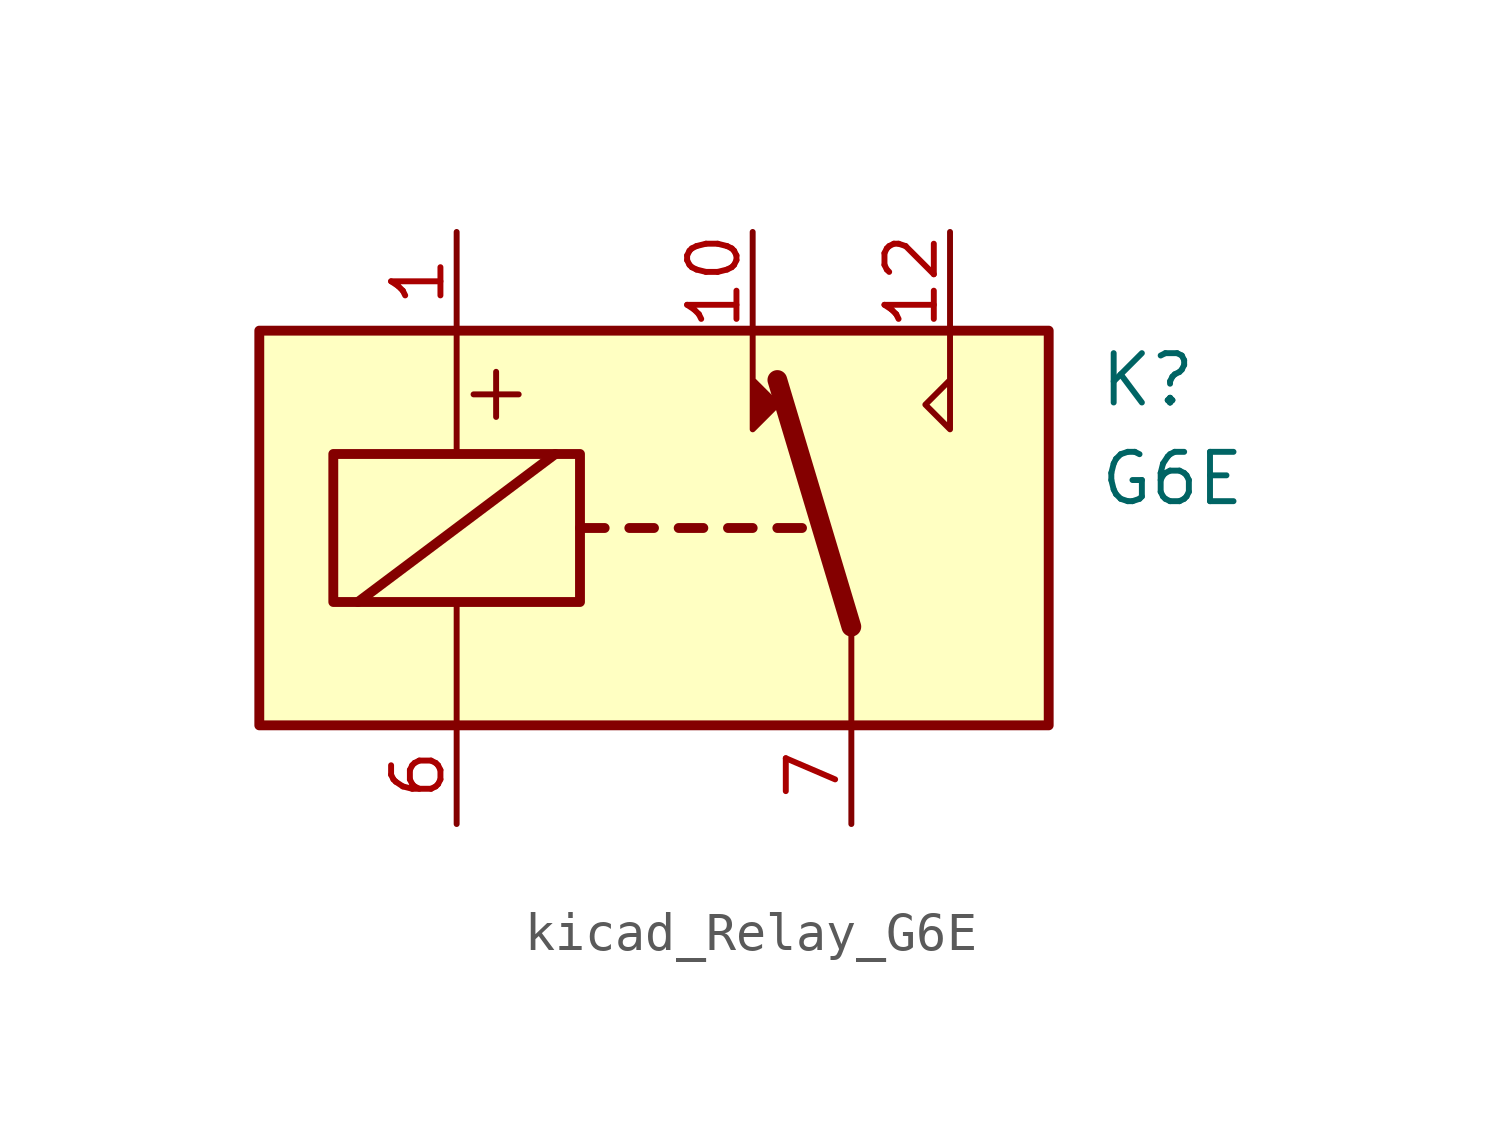
<source format=kicad_sym>
(kicad_symbol_lib
  (version 20220914)
  (generator kicad_symbol_editor)
  (symbol "kicad_Relay_G6E"
    (property "Reference" "K"
      (at 11.43 3.81 0)
      (effects (font (size 1.27 1.27)) (justify left)))
    (property "Value" "G6E"
      (at 11.43 1.27 0)
      (effects (font (size 1.27 1.27)) (justify left)))
    (symbol "kicad_Relay_G6E_0_0"
      (polyline (pts (xy 7.62 5.08) (xy 7.62 2.54) (xy 6.985 3.175) (xy 7.62 3.81)) (stroke (width 0) (type default)) (fill (type none)))
      (text "+" (at -4.064 3.556 0) (effects (font (size 1.524 1.524)))))
    (symbol "kicad_Relay_G6E_0_1"
      (rectangle (start -10.16 5.08) (end 10.16 -5.08) (stroke (width 0.254) (type default)) (fill (type background)))
      (rectangle (start -8.255 1.905) (end -1.905 -1.905) (stroke (width 0.254) (type default)) (fill (type none)))
      (polyline (pts (xy -7.62 -1.905) (xy -2.54 1.905)) (stroke (width 0.254) (type default)) (fill (type none)))
      (polyline (pts (xy -5.08 -5.08) (xy -5.08 -1.905)) (stroke (width 0) (type default)) (fill (type none)))
      (polyline (pts (xy -5.08 5.08) (xy -5.08 1.905)) (stroke (width 0) (type default)) (fill (type none)))
      (polyline (pts (xy -1.905 0) (xy -1.27 0)) (stroke (width 0.254) (type default)) (fill (type none)))
      (polyline (pts (xy -0.635 0) (xy 0 0)) (stroke (width 0.254) (type default)) (fill (type none)))
      (polyline (pts (xy 0.635 0) (xy 1.27 0)) (stroke (width 0.254) (type default)) (fill (type none)))
      (polyline (pts (xy 1.905 0) (xy 2.54 0)) (stroke (width 0.254) (type default)) (fill (type none)))
      (polyline (pts (xy 3.175 0) (xy 3.81 0)) (stroke (width 0.254) (type default)) (fill (type none)))
      (polyline (pts (xy 5.08 -2.54) (xy 3.175 3.81)) (stroke (width 0.508) (type default)) (fill (type none)))
      (polyline (pts (xy 5.08 -2.54) (xy 5.08 -5.08)) (stroke (width 0) (type default)) (fill (type none)))
      (polyline (pts (xy 2.54 5.08) (xy 2.54 2.54) (xy 3.175 3.175) (xy 2.54 3.81)) (stroke (width 0) (type default)) (fill (type outline))))
    (symbol "kicad_Relay_G6E_1_1"
      (pin passive line (at -5.08 7.62 270) (length 2.54) (name "~" (effects (font (size 1.27 1.27)))) (number "1" (effects (font (size 1.27 1.27)))))
      (pin passive line (at 2.54 7.62 270) (length 2.54) (name "~" (effects (font (size 1.27 1.27)))) (number "10" (effects (font (size 1.27 1.27)))))
      (pin passive line (at 7.62 7.62 270) (length 2.54) (name "~" (effects (font (size 1.27 1.27)))) (number "12" (effects (font (size 1.27 1.27)))))
      (pin passive line (at -5.08 -7.62 90) (length 2.54) (name "~" (effects (font (size 1.27 1.27)))) (number "6" (effects (font (size 1.27 1.27)))))
      (pin passive line (at 5.08 -7.62 90) (length 2.54) (name "~" (effects (font (size 1.27 1.27)))) (number "7" (effects (font (size 1.27 1.27))))))))
</source>
